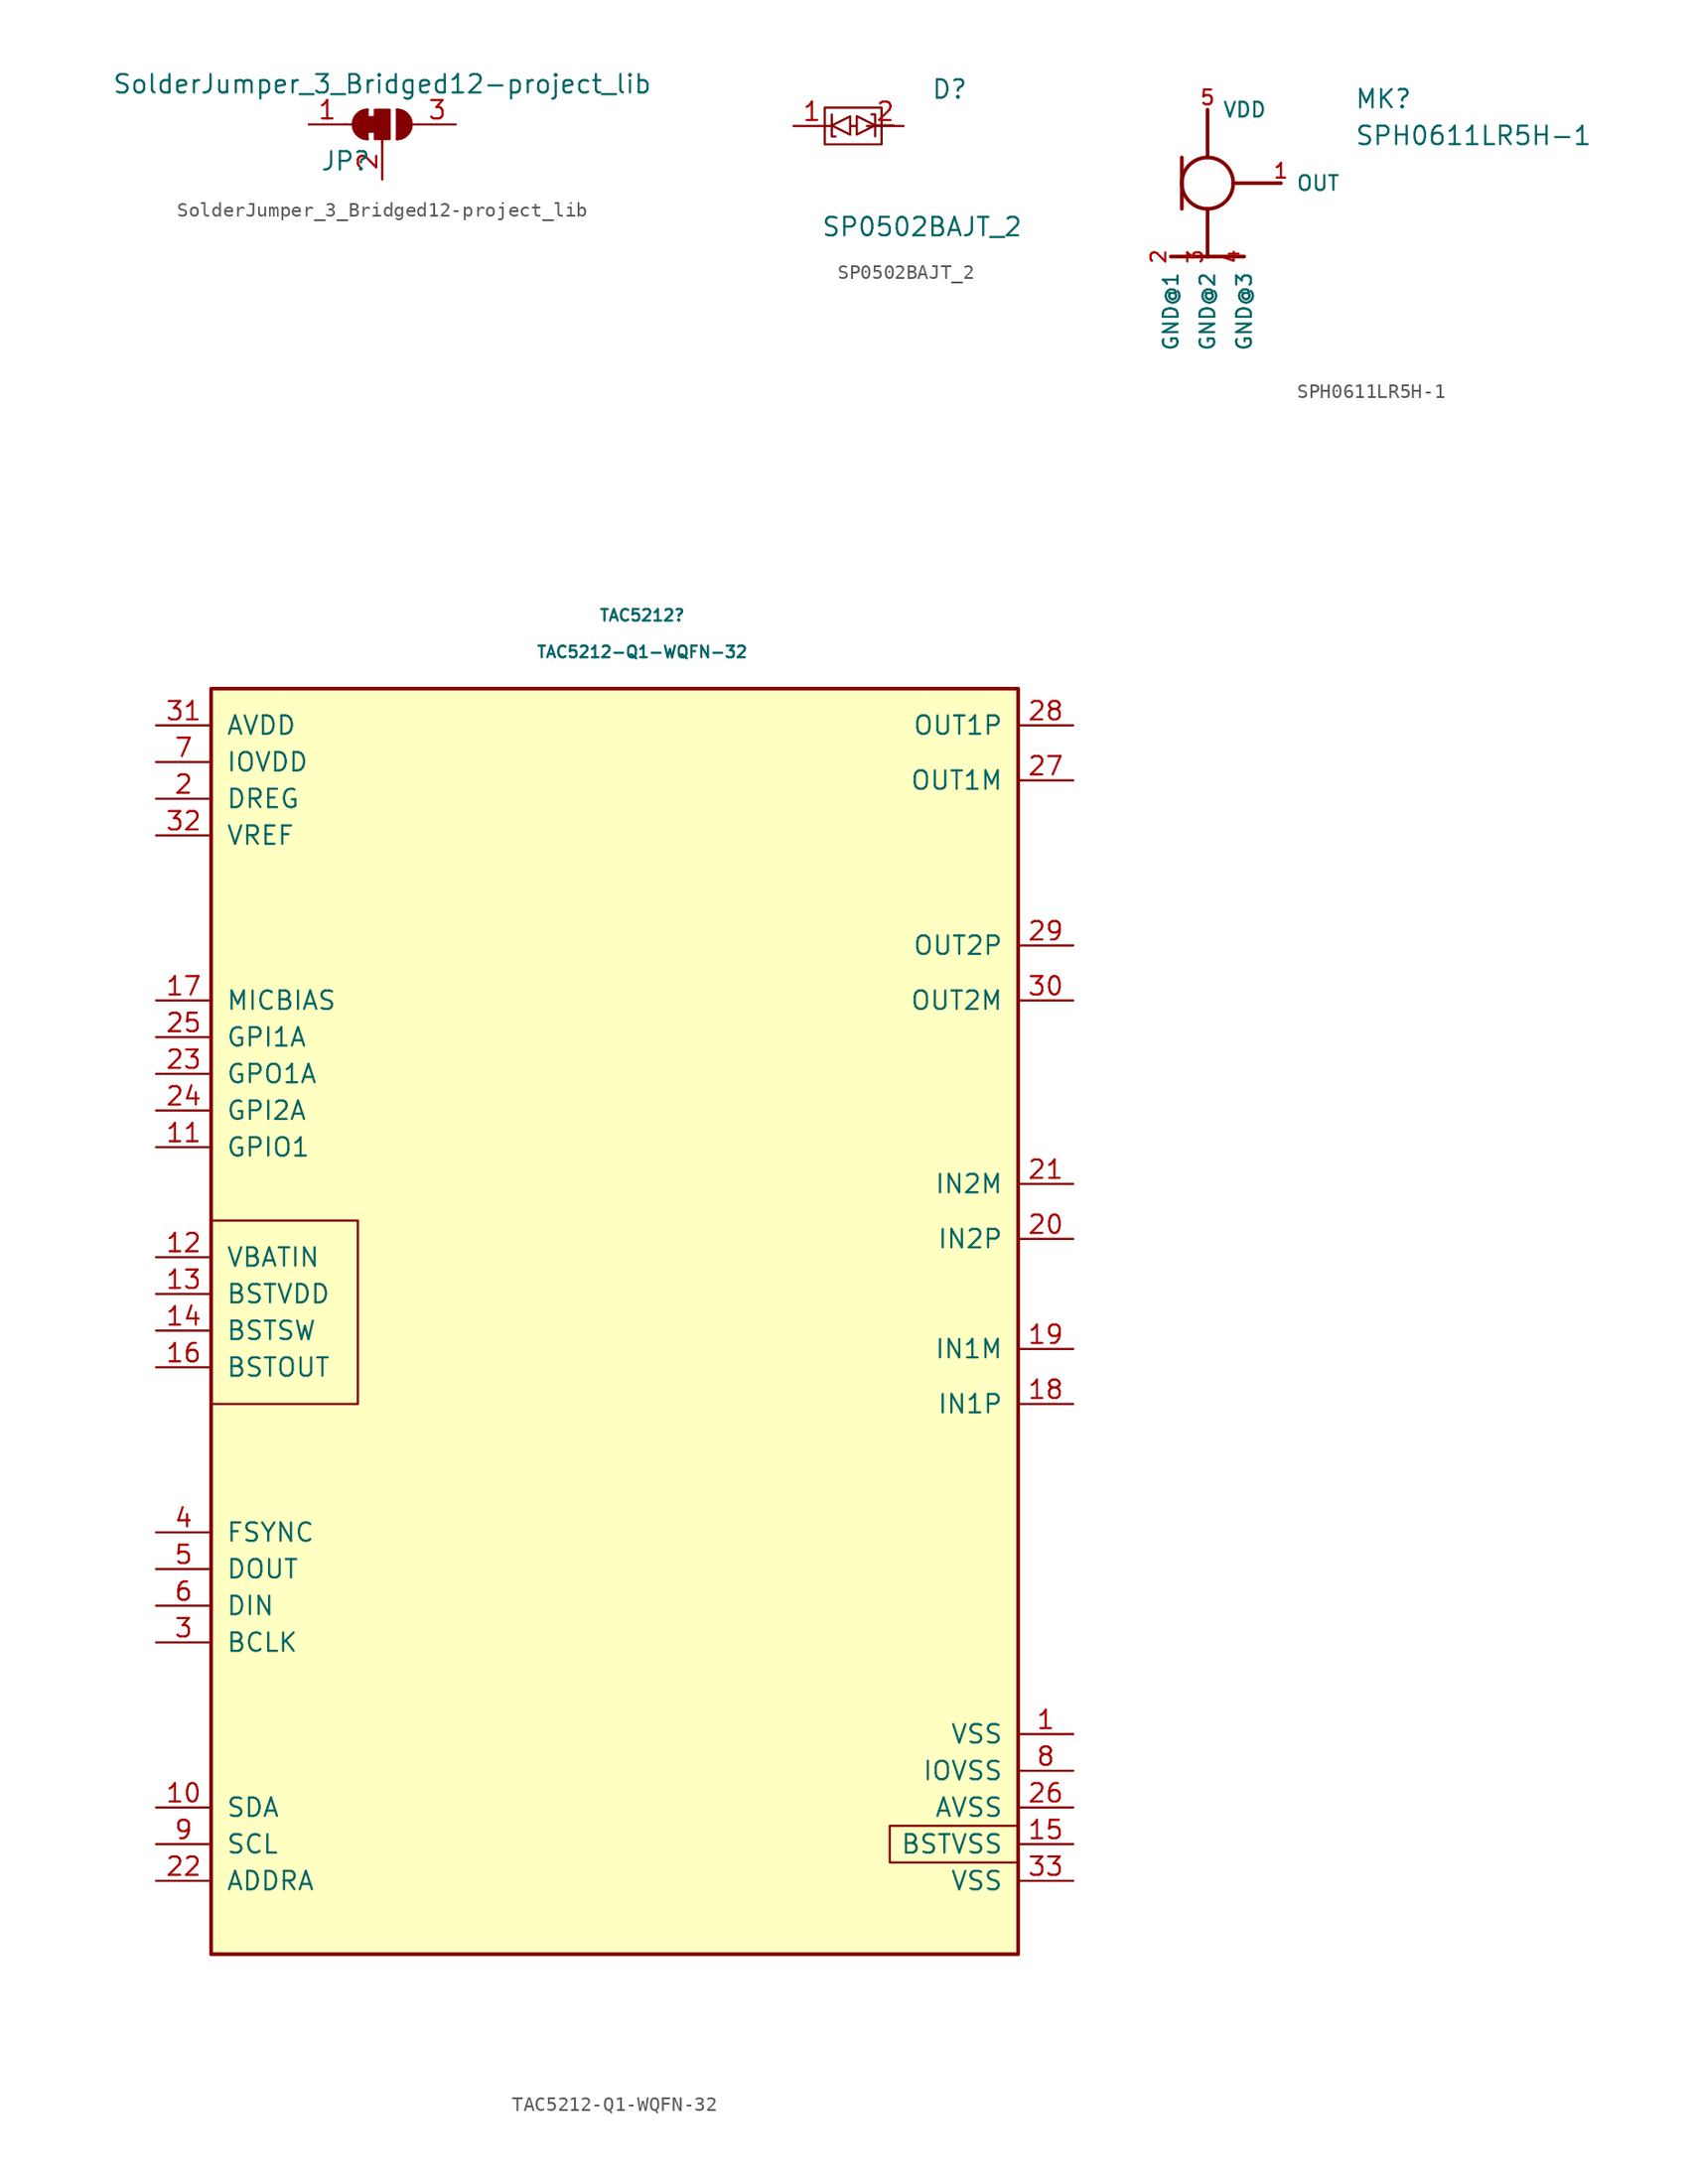
<source format=kicad_sym>
(kicad_symbol_lib
  (version 20241209)
  (generator "kicad_symbol_editor")
  (generator_version "9.0")
  (symbol "SolderJumper_3_Bridged12-project_lib"
    (pin_names
      (offset 0)
      (hide yes))
    (property "Reference" "JP"
      (at -2.54 -2.54 0)
      (effects (font (size 1.27 1.27))))
    (property "Value" "SolderJumper_3_Bridged12-project_lib"
      (at 0 2.794 0)
      (effects (font (size 1.27 1.27))))
    (symbol "SolderJumper_3_Bridged12-project_lib_0_1"
      (polyline (pts (xy -2.54 0) (xy -2.032 0)) (stroke (width 0) (type default)) (fill (type none)))
      (polyline (pts (xy -1.016 1.016) (xy -1.016 -1.016)) (stroke (width 0) (type default)) (fill (type none)))
      (rectangle (start -1.016 0.508) (end -0.508 -0.508) (stroke (width 0) (type default)) (fill (type outline)))
      (arc (start -1.016 -1.016) (mid -2.0276 0) (end -1.016 1.016) (stroke (width 0) (type default)) (fill (type none)))
      (arc (start -1.016 -1.016) (mid -2.0276 0) (end -1.016 1.016) (stroke (width 0) (type default)) (fill (type outline)))
      (rectangle (start -0.508 1.016) (end 0.508 -1.016) (stroke (width 0) (type default)) (fill (type outline)))
      (polyline (pts (xy 0 -1.27) (xy 0 -1.016)) (stroke (width 0) (type default)) (fill (type none)))
      (arc (start 1.016 1.016) (mid 2.0276 0) (end 1.016 -1.016) (stroke (width 0) (type default)) (fill (type none)))
      (arc (start 1.016 1.016) (mid 2.0276 0) (end 1.016 -1.016) (stroke (width 0) (type default)) (fill (type outline)))
      (polyline (pts (xy 1.016 1.016) (xy 1.016 -1.016)) (stroke (width 0) (type default)) (fill (type none)))
      (polyline (pts (xy 2.54 0) (xy 2.032 0)) (stroke (width 0) (type default)) (fill (type none))))
    (symbol "SolderJumper_3_Bridged12-project_lib_1_1"
      (pin passive line (at -5.08 0 0) (length 2.54) (name "A" (effects (font (size 1.27 1.27)))) (number "1" (effects (font (size 1.27 1.27)))))
      (pin input line (at 0 -3.81 90) (length 2.54) (name "C" (effects (font (size 1.27 1.27)))) (number "2" (effects (font (size 1.27 1.27)))))
      (pin passive line (at 5.08 0 180) (length 2.54) (name "B" (effects (font (size 1.27 1.27)))) (number "3" (effects (font (size 1.27 1.27)))))))
  (symbol "SP0502BAJT_2"
    (pin_names
      (hide yes))
    (property "Reference" "D"
      (at 5.715 2.54 0)
      (effects (font (size 1.27 1.27)) (justify left)))
    (property "Value" "SP0502BAJT_2"
      (at -1.905 -6.985 0)
      (effects (font (size 1.27 1.27)) (justify left)))
    (symbol "SP0502BAJT_2_0_1"
      (rectangle (start -1.651 1.27) (end 2.286 -1.27) (stroke (width 0) (type default)) (fill (type none)))
      (polyline (pts (xy -1.159 0.034) (xy 0.111 0.669) (xy 0.111 -0.601) (xy -1.159 0.034)) (stroke (width 0) (type default)) (fill (type none)))
      (polyline (pts (xy -0.905 -0.728) (xy -1.159 -0.728) (xy -1.159 0.669) (xy -1.159 0.796)) (stroke (width 0) (type default)) (fill (type none)))
      (polyline (pts (xy 0.127 0) (xy 0.508 0)) (stroke (width 0) (type default)) (fill (type none)))
      (polyline (pts (xy 1.586 0.806) (xy 1.84 0.806) (xy 1.84 -0.591) (xy 1.84 -0.718)) (stroke (width 0) (type default)) (fill (type none)))
      (polyline (pts (xy 1.84 0.044) (xy 0.57 0.679) (xy 0.57 -0.591) (xy 1.84 0.044)) (stroke (width 0) (type default)) (fill (type none)))
      (polyline (pts (xy 3.11 0.044) (xy 1.84 0.044)) (stroke (width 0) (type default)) (fill (type none))))
    (symbol "SP0502BAJT_2_1_1"
      (pin passive line (at -3.81 0 0) (length 2.54) (name "K" (effects (font (size 1.27 1.27)))) (number "1" (effects (font (size 1.27 1.27)))))
      (pin passive line (at 3.81 0 180) (length 2.54) (name "K" (effects (font (size 1.27 1.27)))) (number "2" (effects (font (size 1.27 1.27)))))))
  (symbol "SPH0611LR5H-1"
    (pin_names
      (offset 1.016))
    (property "Reference" "MK"
      (at 10.167 5.084 0)
      (effects (font (size 1.27 1.27)) (justify left bottom)))
    (property "Value" "SPH0611LR5H-1"
      (at 10.175 2.544 0)
      (effects (font (size 1.27 1.27)) (justify left bottom)))
    (symbol "SPH0611LR5H-1_0_0"
      (polyline (pts (xy -1.778 1.778) (xy -1.778 -1.778)) (stroke (width 0.254) (type default)) (fill (type none)))
      (polyline (pts (xy 0 5.08) (xy 0 1.778)) (stroke (width 0.254) (type default)) (fill (type none)))
      (circle (center 0 0) (radius 1.778) (stroke (width 0.254) (type default)) (fill (type none)))
      (polyline (pts (xy 0 -1.778) (xy 0 -5.08)) (stroke (width 0.254) (type default)) (fill (type none)))
      (polyline (pts (xy 0 -5.08) (xy -2.54 -5.08)) (stroke (width 0.254) (type default)) (fill (type none)))
      (polyline (pts (xy 0 -5.08) (xy 2.54 -5.08)) (stroke (width 0.254) (type default)) (fill (type none)))
      (polyline (pts (xy 1.778 0) (xy 5.08 0)) (stroke (width 0.254) (type default)) (fill (type none)))
      (pin power_in line (at -2.54 -5.08 270) (length 0) (name "GND@1" (effects (font (size 1.016 1.016)))) (number "2" (effects (font (size 1.016 1.016)))))
      (pin power_in line (at 0 5.08 0) (length 0) (name "VDD" (effects (font (size 1.016 1.016)))) (number "5" (effects (font (size 1.016 1.016)))))
      (pin power_in line (at 0 -5.08 270) (length 0) (name "GND@2" (effects (font (size 1.016 1.016)))) (number "3" (effects (font (size 1.016 1.016)))))
      (pin power_in line (at 2.54 -5.08 270) (length 0) (name "GND@3" (effects (font (size 1.016 1.016)))) (number "4" (effects (font (size 1.016 1.016)))))
      (pin output line (at 5.08 0 0) (length 0) (name "OUT" (effects (font (size 1.016 1.016)))) (number "1" (effects (font (size 1.016 1.016)))))))
  (symbol "TAC5212-Q1-WQFN-32"
    (pin_names
      (offset 1.016))
    (property "Reference" "TAC5212"
      (at 1.905 21.59 0)
      (effects (font (size 0.8 0.8))))
    (property "Value" "TAC5212-Q1-WQFN-32"
      (at 1.905 19.05 0)
      (effects (font (size 0.8 0.8))))
    (symbol "TAC5212-Q1-WQFN-32_0_1"
      (rectangle (start -27.94 -20.32) (end -17.78 -33.02) (stroke (width 0) (type default)) (fill (type none)))
      (rectangle (start 19.05 -62.23) (end 27.94 -64.77) (stroke (width 0) (type default)) (fill (type none))))
    (symbol "TAC5212-Q1-WQFN-32_1_0"
      (pin passive line (at -31.75 -22.86 0) (length 3.81) (name "VBATIN" (effects (font (size 1.27 1.27)))) (number "12" (effects (font (size 1.27 1.27)))))
      (pin passive line (at -31.75 -25.4 0) (length 3.81) (name "BSTVDD" (effects (font (size 1.27 1.27)))) (number "13" (effects (font (size 1.27 1.27)))))
      (pin passive line (at -31.75 -27.94 0) (length 3.81) (name "BSTSW" (effects (font (size 1.27 1.27)))) (number "14" (effects (font (size 1.27 1.27)))))
      (pin passive line (at -31.75 -30.48 0) (length 3.81) (name "BSTOUT" (effects (font (size 1.27 1.27)))) (number "16" (effects (font (size 1.27 1.27)))))
      (pin passive line (at 31.75 -63.5 180) (length 3.81) (name "BSTVSS" (effects (font (size 1.27 1.27)))) (number "15" (effects (font (size 1.27 1.27))))))
    (symbol "TAC5212-Q1-WQFN-32_1_1"
      (rectangle (start -27.94 16.51) (end 27.94 -71.12) (stroke (width 0.254) (type default)) (fill (type background)))
      (pin passive line (at -31.75 13.97 0) (length 3.81) (name "AVDD" (effects (font (size 1.27 1.27)))) (number "31" (effects (font (size 1.27 1.27)))))
      (pin passive line (at -31.75 11.43 0) (length 3.81) (name "IOVDD" (effects (font (size 1.27 1.27)))) (number "7" (effects (font (size 1.27 1.27)))))
      (pin passive line (at -31.75 8.89 0) (length 3.81) (name "DREG" (effects (font (size 1.27 1.27)))) (number "2" (effects (font (size 1.27 1.27)))))
      (pin passive line (at -31.75 6.35 0) (length 3.81) (name "VREF" (effects (font (size 1.27 1.27)))) (number "32" (effects (font (size 1.27 1.27)))))
      (pin passive line (at -31.75 -5.08 0) (length 3.81) (name "MICBIAS" (effects (font (size 1.27 1.27)))) (number "17" (effects (font (size 1.27 1.27)))))
      (pin passive line (at -31.75 -7.62 0) (length 3.81) (name "GPI1A" (effects (font (size 1.27 1.27)))) (number "25" (effects (font (size 1.27 1.27)))))
      (pin passive line (at -31.75 -10.16 0) (length 3.81) (name "GPO1A" (effects (font (size 1.27 1.27)))) (number "23" (effects (font (size 1.27 1.27)))))
      (pin passive line (at -31.75 -12.7 0) (length 3.81) (name "GPI2A" (effects (font (size 1.27 1.27)))) (number "24" (effects (font (size 1.27 1.27)))))
      (pin passive line (at -31.75 -15.24 0) (length 3.81) (name "GPIO1" (effects (font (size 1.27 1.27)))) (number "11" (effects (font (size 1.27 1.27)))))
      (pin passive line (at -31.75 -41.91 0) (length 3.81) (name "FSYNC" (effects (font (size 1.27 1.27)))) (number "4" (effects (font (size 1.27 1.27)))))
      (pin passive line (at -31.75 -44.45 0) (length 3.81) (name "DOUT" (effects (font (size 1.27 1.27)))) (number "5" (effects (font (size 1.27 1.27)))))
      (pin passive line (at -31.75 -46.99 0) (length 3.81) (name "DIN" (effects (font (size 1.27 1.27)))) (number "6" (effects (font (size 1.27 1.27)))))
      (pin passive line (at -31.75 -49.53 0) (length 3.81) (name "BCLK" (effects (font (size 1.27 1.27)))) (number "3" (effects (font (size 1.27 1.27)))))
      (pin passive line (at -31.75 -60.96 0) (length 3.81) (name "SDA" (effects (font (size 1.27 1.27)))) (number "10" (effects (font (size 1.27 1.27)))))
      (pin passive line (at -31.75 -63.5 0) (length 3.81) (name "SCL" (effects (font (size 1.27 1.27)))) (number "9" (effects (font (size 1.27 1.27)))))
      (pin passive line (at -31.75 -66.04 0) (length 3.81) (name "ADDRA" (effects (font (size 1.27 1.27)))) (number "22" (effects (font (size 1.27 1.27)))))
      (pin passive line (at 31.75 13.97 180) (length 3.81) (name "OUT1P" (effects (font (size 1.27 1.27)))) (number "28" (effects (font (size 1.27 1.27)))))
      (pin passive line (at 31.75 10.16 180) (length 3.81) (name "OUT1M" (effects (font (size 1.27 1.27)))) (number "27" (effects (font (size 1.27 1.27)))))
      (pin passive line (at 31.75 -1.27 180) (length 3.81) (name "OUT2P" (effects (font (size 1.27 1.27)))) (number "29" (effects (font (size 1.27 1.27)))))
      (pin passive line (at 31.75 -5.08 180) (length 3.81) (name "OUT2M" (effects (font (size 1.27 1.27)))) (number "30" (effects (font (size 1.27 1.27)))))
      (pin passive line (at 31.75 -17.78 180) (length 3.81) (name "IN2M" (effects (font (size 1.27 1.27)))) (number "21" (effects (font (size 1.27 1.27)))))
      (pin passive line (at 31.75 -21.59 180) (length 3.81) (name "IN2P" (effects (font (size 1.27 1.27)))) (number "20" (effects (font (size 1.27 1.27)))))
      (pin passive line (at 31.75 -29.21 180) (length 3.81) (name "IN1M" (effects (font (size 1.27 1.27)))) (number "19" (effects (font (size 1.27 1.27)))))
      (pin passive line (at 31.75 -33.02 180) (length 3.81) (name "IN1P" (effects (font (size 1.27 1.27)))) (number "18" (effects (font (size 1.27 1.27)))))
      (pin passive line (at 31.75 -55.88 180) (length 3.81) (name "VSS" (effects (font (size 1.27 1.27)))) (number "1" (effects (font (size 1.27 1.27)))))
      (pin passive line (at 31.75 -58.42 180) (length 3.81) (name "IOVSS" (effects (font (size 1.27 1.27)))) (number "8" (effects (font (size 1.27 1.27)))))
      (pin passive line (at 31.75 -60.96 180) (length 3.81) (name "AVSS" (effects (font (size 1.27 1.27)))) (number "26" (effects (font (size 1.27 1.27)))))
      (pin passive line (at 31.75 -66.04 180) (length 3.81) (name "VSS" (effects (font (size 1.27 1.27)))) (number "33" (effects (font (size 1.27 1.27))))))))
</source>
